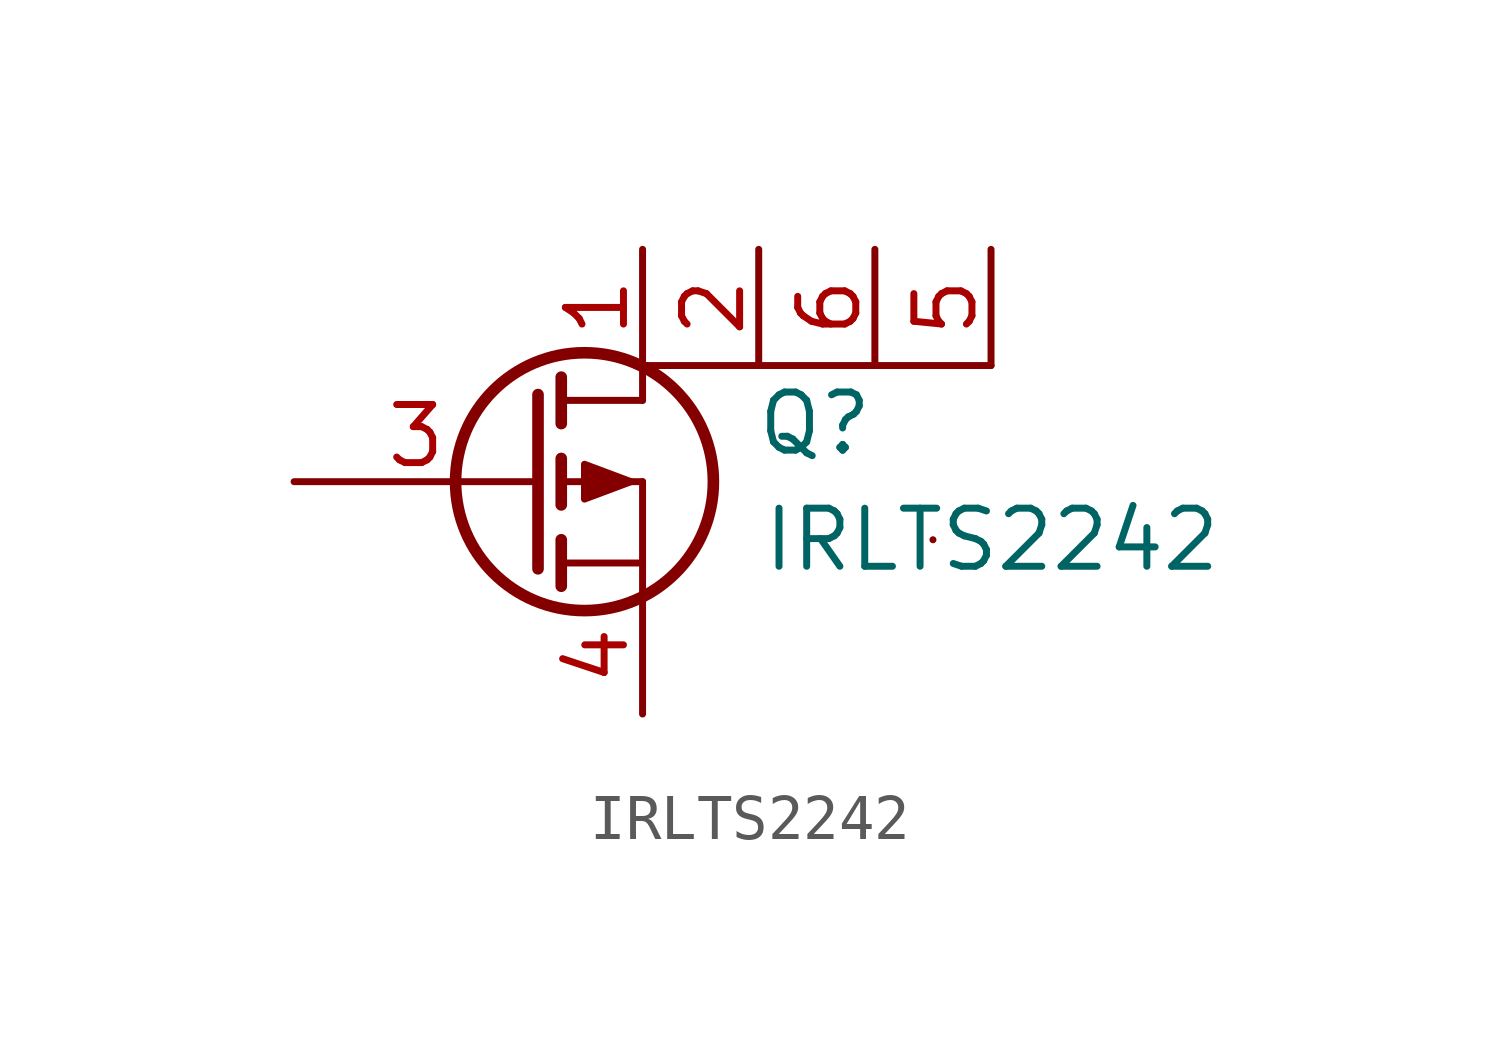
<source format=kicad_sym>
(kicad_symbol_lib
  (version 20220914)
  (generator kicad_symbol_editor)
  (symbol "IRLTS2242"
    (pin_names
      (offset 0) hide)
    (property "Reference" "Q"
      (at 7.62 1.27 0)
      (effects (font (size 1.27 1.27)) (justify right)))
    (property "Value" "IRLTS2242"
      (at 15.24 -1.27 0)
      (effects (font (size 1.27 1.27)) (justify right)))
    (property "Footprint" ""
      (at 5.08 2.54 0)
      (effects (font (size 1.27 1.27))))
    (property "Datasheet" ""
      (at 0 0 0)
      (effects (font (size 1.27 1.27))))
    (symbol "IRLTS2242_0_1"
      (polyline (pts (xy 0.762 -1.778) (xy 2.54 -1.778)) (stroke (width 0) (type solid)) (fill (type none)))
      (polyline (pts (xy 0.762 -1.27) (xy 0.762 -2.286)) (stroke (width 0.254) (type solid)) (fill (type none)))
      (polyline (pts (xy 0.762 0) (xy 2.54 0)) (stroke (width 0) (type solid)) (fill (type none)))
      (polyline (pts (xy 0.762 0.508) (xy 0.762 -0.508)) (stroke (width 0.254) (type solid)) (fill (type none)))
      (polyline (pts (xy 0.762 1.778) (xy 2.54 1.778)) (stroke (width 0) (type solid)) (fill (type none)))
      (polyline (pts (xy 0.762 2.286) (xy 0.762 1.27)) (stroke (width 0.254) (type solid)) (fill (type none)))
      (polyline (pts (xy 2.54 -1.778) (xy 2.54 -2.54)) (stroke (width 0) (type solid)) (fill (type none)))
      (polyline (pts (xy 2.54 -1.778) (xy 2.54 0)) (stroke (width 0) (type solid)) (fill (type none)))
      (polyline (pts (xy 2.54 2.54) (xy 2.54 1.778)) (stroke (width 0) (type solid)) (fill (type none)))
      (polyline (pts (xy 5.08 2.54) (xy 2.54 2.54)) (stroke (width 0) (type solid)) (fill (type none)))
      (polyline (pts (xy 8.89 -1.27) (xy 8.89 -1.27)) (stroke (width 0) (type solid)) (fill (type none)))
      (polyline (pts (xy 10.16 2.54) (xy 5.08 2.54)) (stroke (width 0) (type solid)) (fill (type none)))
      (polyline (pts (xy 0.254 1.905) (xy 0.254 -1.905) (xy 0.254 -1.905)) (stroke (width 0.254) (type solid)) (fill (type none)))
      (polyline (pts (xy 2.286 0) (xy 1.27 -0.381) (xy 1.27 0.381) (xy 2.286 0)) (stroke (width 0) (type solid)) (fill (type outline)))
      (circle (center 1.27 0) (radius 2.819) (stroke (width 0.254) (type solid)) (fill (type none))))
    (symbol "IRLTS2242_1_1"
      (pin passive line (at 2.54 5.08 270) (length 2.54) (name "D" (effects (font (size 1.27 1.27)))) (number "1" (effects (font (size 1.27 1.27)))))
      (pin passive line (at 5.08 5.08 270) (length 2.54) (name "D" (effects (font (size 1.27 1.27)))) (number "2" (effects (font (size 1.27 1.27)))))
      (pin input line (at -5.08 0 0) (length 5.334) (name "G" (effects (font (size 1.27 1.27)))) (number "3" (effects (font (size 1.27 1.27)))))
      (pin passive line (at 2.54 -5.08 90) (length 2.54) (name "S" (effects (font (size 1.27 1.27)))) (number "4" (effects (font (size 1.27 1.27)))))
      (pin passive line (at 10.16 5.08 270) (length 2.54) (name "D" (effects (font (size 1.27 1.27)))) (number "5" (effects (font (size 1.27 1.27)))))
      (pin input line (at 7.62 5.08 270) (length 2.54) (name "D" (effects (font (size 1.27 1.27)))) (number "6" (effects (font (size 1.27 1.27))))))))
</source>
